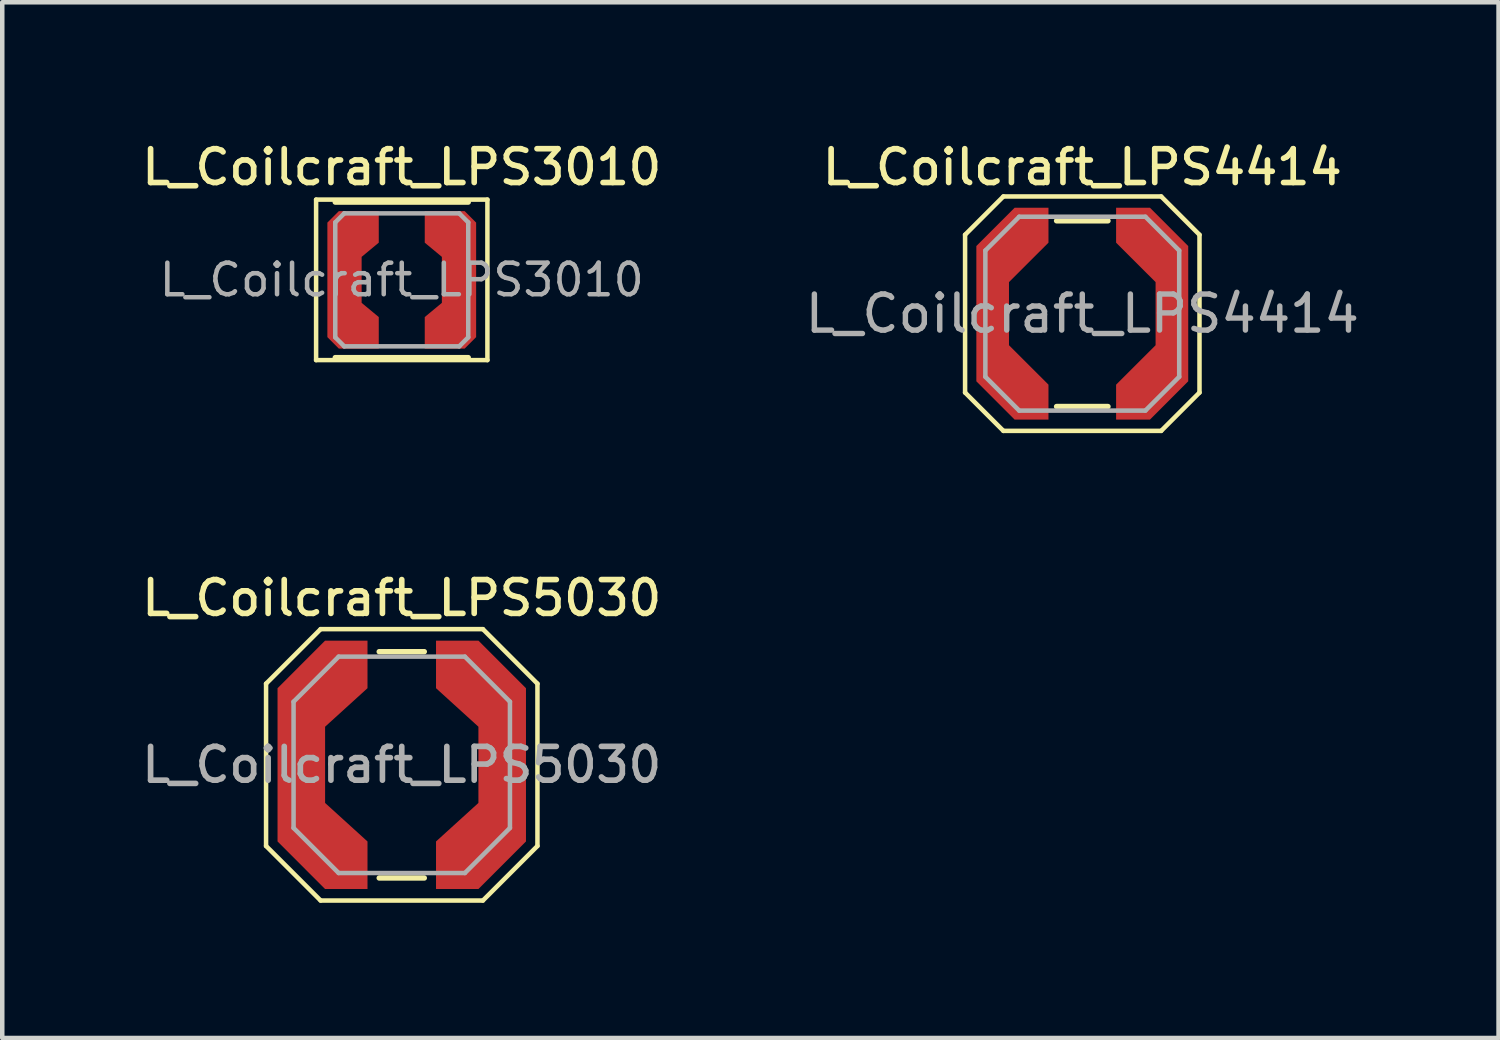
<source format=kicad_pcb>
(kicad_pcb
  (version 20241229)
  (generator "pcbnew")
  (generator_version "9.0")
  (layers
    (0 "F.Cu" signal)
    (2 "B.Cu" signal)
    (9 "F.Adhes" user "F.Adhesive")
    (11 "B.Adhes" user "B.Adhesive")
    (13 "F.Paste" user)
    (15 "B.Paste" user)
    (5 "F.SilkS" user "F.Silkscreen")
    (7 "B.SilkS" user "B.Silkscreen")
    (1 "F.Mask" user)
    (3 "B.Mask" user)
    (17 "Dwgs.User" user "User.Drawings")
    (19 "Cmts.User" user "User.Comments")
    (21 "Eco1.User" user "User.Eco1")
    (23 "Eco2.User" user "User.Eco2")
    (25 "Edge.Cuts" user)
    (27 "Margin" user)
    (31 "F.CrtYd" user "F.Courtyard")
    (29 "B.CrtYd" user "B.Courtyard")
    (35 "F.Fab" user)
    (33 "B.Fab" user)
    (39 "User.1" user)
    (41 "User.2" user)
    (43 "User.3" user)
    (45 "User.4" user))
  (footprint "L_Coilcraft_LPS3010"
    (layer "F.Cu")
    (at 5.862 3.158)
    (property "Reference" "L_Coilcraft_LPS3010" (at 0 -2.5 0) (layer "F.SilkS") (effects (font (size 0.75 0.75) (thickness 0.125))))
    (attr smd)
    (fp_line (start -1.9 -1.78) (end 1.9 -1.78) (stroke (width 0.1) (type solid)) (layer "F.SilkS"))
    (fp_line (start -1.9 1.78) (end -1.9 -1.78) (stroke (width 0.1) (type solid)) (layer "F.SilkS"))
    (fp_line (start -1.475 -1.725) (end 1.475 -1.725) (stroke (width 0.12) (type solid)) (layer "F.SilkS"))
    (fp_line (start -1.475 1.725) (end 1.475 1.725) (stroke (width 0.12) (type solid)) (layer "F.SilkS"))
    (fp_line (start 1.9 -1.78) (end 1.9 1.78) (stroke (width 0.1) (type solid)) (layer "F.SilkS"))
    (fp_line (start 1.9 1.78) (end -1.9 1.78) (stroke (width 0.1) (type solid)) (layer "F.SilkS"))
    (fp_line (start -1.475 -1.275) (end -1.275 -1.475) (stroke (width 0.1) (type solid)) (layer "F.Fab"))
    (fp_line (start -1.475 1.275) (end -1.475 -1.275) (stroke (width 0.1) (type solid)) (layer "F.Fab"))
    (fp_line (start -1.475 1.275) (end -1.275 1.475) (stroke (width 0.1) (type solid)) (layer "F.Fab"))
    (fp_line (start -1.275 -1.475) (end 1.275 -1.475) (stroke (width 0.1) (type solid)) (layer "F.Fab"))
    (fp_line (start 1.275 -1.475) (end 1.475 -1.275) (stroke (width 0.1) (type solid)) (layer "F.Fab"))
    (fp_line (start 1.275 1.475) (end -1.275 1.475) (stroke (width 0.1) (type solid)) (layer "F.Fab"))
    (fp_line (start 1.475 -1.275) (end 1.475 1.275) (stroke (width 0.1) (type solid)) (layer "F.Fab"))
    (fp_line (start 1.475 1.275) (end 1.275 1.475) (stroke (width 0.1) (type solid)) (layer "F.Fab"))
    (fp_text user "${REFERENCE}" (at 0 0 0) (layer "F.Fab") (effects (font (size 0.7 0.7) (thickness 0.1))))
    (pad "1" smd custom (at -1.27 0) (size 0.76 2.54) (layers "F.Cu" "F.Mask" "F.Paste") (options (anchor rect)) (primitives (gr_poly (pts (xy 0.76 -0.825) (xy 0.38 -0.51) (xy 0.38 0.51) (xy 0.76 0.825) (xy 0.76 1.525) (xy -0.125 1.525) (xy -0.38 1.27) (xy -0.38 -1.27) (xy -0.125 -1.525) (xy 0.76 -1.525)) (width 0) (fill yes))))
    (pad "2" smd custom (at 1.27 0 180) (size 0.76 2.54) (layers "F.Cu" "F.Mask" "F.Paste") (options (anchor rect)) (primitives (gr_poly (pts (xy 0.76 -0.825) (xy 0.38 -0.51) (xy 0.38 0.51) (xy 0.76 0.825) (xy 0.76 1.525) (xy -0.125 1.525) (xy -0.38 1.27) (xy -0.38 -1.27) (xy -0.125 -1.525) (xy 0.76 -1.525)) (width 0) (fill yes)))))
  (footprint "L_Coilcraft_LPS5030"
    (layer "F.Cu")
    (at 5.862 13.916)
    (property "Reference" "L_Coilcraft_LPS5030" (at 0 -3.7 0) (layer "F.SilkS") (effects (font (size 0.75 0.75) (thickness 0.125))))
    (attr smd)
    (fp_line (start -3.01 -1.8) (end -1.8 -3.01) (stroke (width 0.1) (type solid)) (layer "F.SilkS"))
    (fp_line (start -3.01 1.8) (end -3.01 -1.8) (stroke (width 0.1) (type solid)) (layer "F.SilkS"))
    (fp_line (start -1.8 -3.01) (end 1.8 -3.01) (stroke (width 0.1) (type solid)) (layer "F.SilkS"))
    (fp_line (start -1.8 3.01) (end -3.01 1.8) (stroke (width 0.1) (type solid)) (layer "F.SilkS"))
    (fp_line (start -0.5 -2.51) (end 0.5 -2.51) (stroke (width 0.12) (type solid)) (layer "F.SilkS"))
    (fp_line (start -0.5 2.51) (end 0.5 2.51) (stroke (width 0.12) (type solid)) (layer "F.SilkS"))
    (fp_line (start 1.8 -3.01) (end 3.01 -1.8) (stroke (width 0.1) (type solid)) (layer "F.SilkS"))
    (fp_line (start 1.8 3.01) (end -1.8 3.01) (stroke (width 0.1) (type solid)) (layer "F.SilkS"))
    (fp_line (start 3.01 -1.8) (end 3.01 1.8) (stroke (width 0.1) (type solid)) (layer "F.SilkS"))
    (fp_line (start 3.01 1.8) (end 1.8 3.01) (stroke (width 0.1) (type solid)) (layer "F.SilkS"))
    (fp_line (start -2.4 -1.4) (end -1.4 -2.4) (stroke (width 0.1) (type solid)) (layer "F.Fab"))
    (fp_line (start -2.4 1.4) (end -2.4 -1.4) (stroke (width 0.1) (type solid)) (layer "F.Fab"))
    (fp_line (start -2.4 1.4) (end -1.4 2.4) (stroke (width 0.1) (type solid)) (layer "F.Fab"))
    (fp_line (start -1.4 -2.4) (end 1.4 -2.4) (stroke (width 0.1) (type solid)) (layer "F.Fab"))
    (fp_line (start 1.4 -2.4) (end 2.4 -1.4) (stroke (width 0.1) (type solid)) (layer "F.Fab"))
    (fp_line (start 1.4 2.4) (end -1.4 2.4) (stroke (width 0.1) (type solid)) (layer "F.Fab"))
    (fp_line (start 2.4 -1.4) (end 2.4 1.4) (stroke (width 0.1) (type solid)) (layer "F.Fab"))
    (fp_line (start 2.4 1.4) (end 1.4 2.4) (stroke (width 0.1) (type solid)) (layer "F.Fab"))
    (fp_text user "${REFERENCE}" (at 0 0 0) (layer "F.Fab") (effects (font (size 0.75 0.75) (thickness 0.125))))
    (pad "1" smd custom (at -2.228 0) (size 1.055 3.4) (layers "F.Cu" "F.Mask" "F.Paste") (options (anchor rect)) (primitives (gr_poly (pts (xy 1.468 -1.7) (xy 0.527 -0.845) (xy 0.527 0.845) (xy 1.468 1.7) (xy 1.468 2.755) (xy 0.527 2.755) (xy -0.527 1.7) (xy -0.527 -1.7) (xy 0.527 -2.755) (xy 1.468 -2.755)) (width 0) (fill yes))))
    (pad "2" smd custom (at 2.228 0) (size 1.055 3.4) (layers "F.Cu" "F.Mask" "F.Paste") (options (anchor rect)) (primitives (gr_poly (pts (xy 0.527 -1.7) (xy 0.527 1.7) (xy -0.527 2.755) (xy -1.468 2.755) (xy -1.468 1.7) (xy -0.527 0.845) (xy -0.527 -0.845) (xy -1.468 -1.7) (xy -1.468 -2.755) (xy -0.527 -2.755)) (width 0) (fill yes)))))
  (footprint "L_Coilcraft_LPS4414"
    (layer "F.Cu")
    (at 20.958 3.908)
    (property "Reference" "L_Coilcraft_LPS4414" (at 0 -3.25 0) (layer "F.SilkS") (effects (font (size 0.75 0.75) (thickness 0.125))))
    (attr smd)
    (fp_line (start -2.6 -1.75) (end -2.6 1.75) (stroke (width 0.1) (type solid)) (layer "F.SilkS"))
    (fp_line (start -2.6 1.75) (end -1.75 2.6) (stroke (width 0.1) (type solid)) (layer "F.SilkS"))
    (fp_line (start -1.75 -2.6) (end -2.6 -1.75) (stroke (width 0.1) (type solid)) (layer "F.SilkS"))
    (fp_line (start -1.75 -2.6) (end 1.75 -2.6) (stroke (width 0.1) (type solid)) (layer "F.SilkS"))
    (fp_line (start -1.75 2.6) (end 1.75 2.6) (stroke (width 0.1) (type solid)) (layer "F.SilkS"))
    (fp_line (start -0.57 -2.06) (end 0.57 -2.06) (stroke (width 0.12) (type solid)) (layer "F.SilkS"))
    (fp_line (start -0.57 2.06) (end 0.57 2.06) (stroke (width 0.12) (type solid)) (layer "F.SilkS"))
    (fp_line (start 1.75 -2.6) (end 2.6 -1.75) (stroke (width 0.1) (type solid)) (layer "F.SilkS"))
    (fp_line (start 1.75 2.6) (end 2.6 1.75) (stroke (width 0.1) (type solid)) (layer "F.SilkS"))
    (fp_line (start 2.6 -1.75) (end 2.6 1.75) (stroke (width 0.1) (type solid)) (layer "F.SilkS"))
    (fp_line (start -2.15 -1.4) (end -1.4 -2.15) (stroke (width 0.1) (type solid)) (layer "F.Fab"))
    (fp_line (start -2.15 1.4) (end -2.15 -1.4) (stroke (width 0.1) (type solid)) (layer "F.Fab"))
    (fp_line (start -2.15 1.4) (end -1.4 2.15) (stroke (width 0.1) (type solid)) (layer "F.Fab"))
    (fp_line (start -1.4 -2.15) (end 1.4 -2.15) (stroke (width 0.1) (type solid)) (layer "F.Fab"))
    (fp_line (start 1.4 -2.15) (end 2.15 -1.4) (stroke (width 0.1) (type solid)) (layer "F.Fab"))
    (fp_line (start 1.4 2.15) (end -1.4 2.15) (stroke (width 0.1) (type solid)) (layer "F.Fab"))
    (fp_line (start 1.4 2.15) (end 2.15 1.4) (stroke (width 0.1) (type solid)) (layer "F.Fab"))
    (fp_line (start 2.15 -1.4) (end 2.15 1.4) (stroke (width 0.1) (type solid)) (layer "F.Fab"))
    (fp_text user "${REFERENCE}" (at 0 0 0) (layer "F.Fab") (effects (font (size 0.8 0.8) (thickness 0.12))))
    (pad "1" smd custom (at -1.988 0) (size 0.5 2) (layers "F.Cu" "F.Mask" "F.Paste") (options (anchor rect)) (primitives (gr_poly (pts (xy 0.362 -0.7) (xy 1.238 -1.575) (xy 1.238 -2.35) (xy 0.487 -2.35) (xy -0.362 -1.5) (xy -0.362 1.5) (xy 0.487 2.35) (xy 1.238 2.35) (xy 1.238 1.575) (xy 0.362 0.7)) (width 0) (fill yes))))
    (pad "2" smd custom (at 1.988 0) (size 0.5 2) (layers "F.Cu" "F.Mask" "F.Paste") (options (anchor rect)) (primitives (gr_poly (pts (xy -0.362 -0.7) (xy -1.238 -1.575) (xy -1.238 -2.35) (xy -0.487 -2.35) (xy 0.362 -1.5) (xy 0.362 1.5) (xy -0.487 2.35) (xy -1.238 2.35) (xy -1.238 1.575) (xy -0.362 0.7)) (width 0) (fill yes)))))
  (gr_rect
    (start -3 -3)
    (end 30.192 19.976)
    (stroke (width 0.1) (type default))
    (fill no)
    (layer "Edge.Cuts")))
</source>
